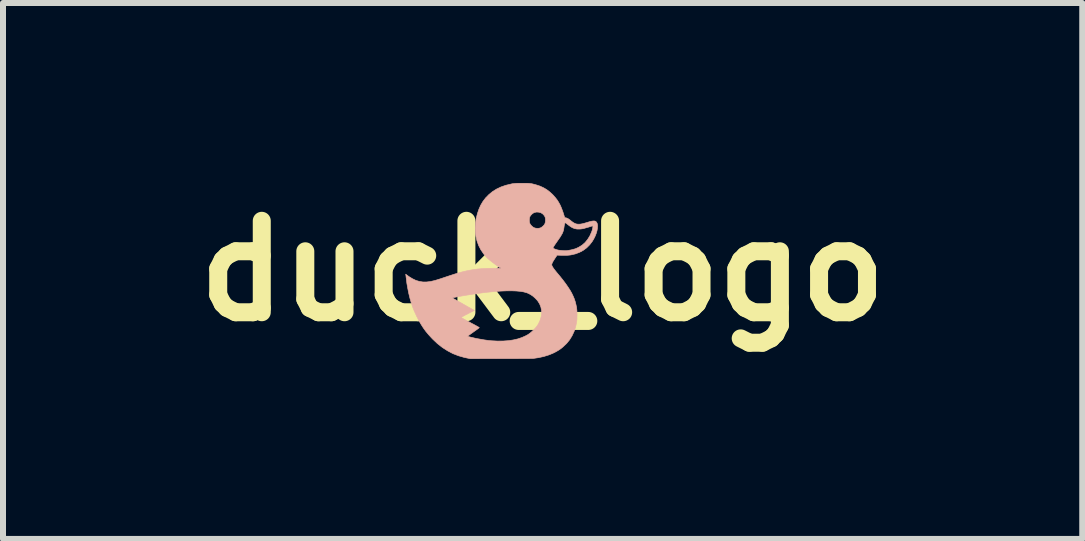
<source format=kicad_pcb>
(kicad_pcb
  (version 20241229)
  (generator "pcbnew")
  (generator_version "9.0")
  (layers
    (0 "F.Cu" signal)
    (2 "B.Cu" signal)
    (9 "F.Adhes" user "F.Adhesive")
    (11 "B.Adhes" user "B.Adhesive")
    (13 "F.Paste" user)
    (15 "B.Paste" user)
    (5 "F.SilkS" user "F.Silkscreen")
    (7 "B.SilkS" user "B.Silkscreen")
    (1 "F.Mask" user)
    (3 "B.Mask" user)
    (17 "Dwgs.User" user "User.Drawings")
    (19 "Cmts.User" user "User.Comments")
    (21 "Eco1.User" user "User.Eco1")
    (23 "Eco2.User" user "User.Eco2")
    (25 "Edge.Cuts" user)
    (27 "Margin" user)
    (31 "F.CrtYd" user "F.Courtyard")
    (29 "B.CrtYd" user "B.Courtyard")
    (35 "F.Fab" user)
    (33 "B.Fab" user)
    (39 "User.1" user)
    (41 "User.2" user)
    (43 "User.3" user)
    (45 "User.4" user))
  (footprint "duck_logo"
    (layer "F.Cu")
    (at 5.994 1.465)
    (property "Reference" "duck_logo" (at 0 0 0) (layer "F.SilkS") (effects (font (size 1.524 1.524) (thickness 0.3))))
    (attr through_hole)
    (fp_poly (pts (xy -0.34 -1.46) (xy -0.381 -1.46) (xy -0.414 -1.46) (xy -0.441 -1.459) (xy -0.463 -1.457) (xy -0.482 -1.455) (xy -0.501 -1.453) (xy -0.521 -1.449) (xy -0.523 -1.448) (xy -0.612 -1.427) (xy -0.693 -1.399) (xy -0.767 -1.364) (xy -0.834 -1.322) (xy -0.894 -1.273) (xy -0.949 -1.217) (xy -0.994 -1.158) (xy -1.031 -1.096) (xy -1.062 -1.027) (xy -1.087 -0.953) (xy -1.106 -0.875) (xy -1.117 -0.795) (xy -1.122 -0.714) (xy -1.119 -0.635) (xy -1.112 -0.579) (xy -1.094 -0.501) (xy -1.067 -0.425) (xy -1.03 -0.353) (xy -0.983 -0.284) (xy -0.942 -0.234) (xy -0.923 -0.215) (xy -0.897 -0.192) (xy -0.866 -0.167) (xy -0.832 -0.14) (xy -0.797 -0.114) (xy -0.763 -0.089) (xy -0.731 -0.068) (xy -0.704 -0.052) (xy -0.697 -0.047) (xy -0.696 -0.046) (xy -0.701 -0.045) (xy -0.716 -0.045) (xy -0.738 -0.045) (xy -0.766 -0.044) (xy -0.799 -0.044) (xy -0.836 -0.044) (xy -0.846 -0.043) (xy -0.931 -0.041) (xy -1.01 -0.037) (xy -1.085 -0.031) (xy -1.158 -0.021) (xy -1.231 -0.008) (xy -1.305 0.008) (xy -1.383 0.028) (xy -1.465 0.053) (xy -1.554 0.082) (xy -1.584 0.092) (xy -1.644 0.112) (xy -1.697 0.13) (xy -1.742 0.144) (xy -1.781 0.156) (xy -1.815 0.165) (xy -1.846 0.172) (xy -1.874 0.178) (xy -1.9 0.181) (xy -1.925 0.184) (xy -1.935 0.185) (xy -1.995 0.185) (xy -2.053 0.176) (xy -2.111 0.159) (xy -2.169 0.131) (xy -2.228 0.095) (xy -2.252 0.077) (xy -2.282 0.055) (xy -2.279 0.072) (xy -2.277 0.087) (xy -2.275 0.106) (xy -2.273 0.119) (xy -2.263 0.204) (xy -2.248 0.29) (xy -2.231 0.375) (xy -2.211 0.457) (xy -2.188 0.536) (xy -2.164 0.608) (xy -2.138 0.673) (xy -2.133 0.683) (xy -2.097 0.761) (xy -2.061 0.831) (xy -2.024 0.894) (xy -1.987 0.952) (xy -1.947 1.007) (xy -1.903 1.06) (xy -1.854 1.114) (xy -1.832 1.137) (xy -1.753 1.212) (xy -1.67 1.277) (xy -1.584 1.332) (xy -1.495 1.379) (xy -1.402 1.415) (xy -1.304 1.443) (xy -1.271 1.45) (xy -1.207 1.463) (xy -0.691 1.462) (xy -0.619 1.462) (xy -0.55 1.462) (xy -0.484 1.462) (xy -0.423 1.462) (xy -0.366 1.461) (xy -0.314 1.461) (xy -0.269 1.461) (xy -0.231 1.461) (xy -0.2 1.46) (xy -0.177 1.46) (xy -0.164 1.46) (xy -0.16 1.46) (xy -0.066 1.446) (xy 0.02 1.427) (xy 0.098 1.403) (xy 0.17 1.374) (xy 0.203 1.358) (xy 0.236 1.34) (xy 0.263 1.324) (xy 0.288 1.308) (xy 0.312 1.29) (xy 0.34 1.267) (xy 0.344 1.263) (xy 0.4 1.21) (xy 0.45 1.149) (xy 0.491 1.082) (xy 0.525 1.01) (xy 0.551 0.933) (xy 0.567 0.853) (xy 0.569 0.842) (xy 0.572 0.812) (xy 0.573 0.777) (xy 0.574 0.738) (xy 0.574 0.712) (xy -0.016 0.712) (xy -0.025 0.768) (xy -0.043 0.826) (xy -0.07 0.884) (xy -0.085 0.908) (xy -0.096 0.923) (xy -0.112 0.943) (xy -0.131 0.964) (xy -0.151 0.985) (xy -0.152 0.986) (xy -0.185 1.018) (xy -0.216 1.043) (xy -0.249 1.065) (xy -0.285 1.084) (xy -0.327 1.103) (xy -0.345 1.111) (xy -0.414 1.134) (xy -0.488 1.151) (xy -0.567 1.163) (xy -0.654 1.169) (xy -0.748 1.17) (xy -0.849 1.165) (xy -0.871 1.163) (xy -0.902 1.16) (xy -0.937 1.155) (xy -0.974 1.15) (xy -1.014 1.143) (xy -1.053 1.136) (xy -1.093 1.129) (xy -1.13 1.121) (xy -1.164 1.113) (xy -1.194 1.106) (xy -1.218 1.1) (xy -1.236 1.094) (xy -1.246 1.089) (xy -1.247 1.087) (xy -1.242 1.083) (xy -1.23 1.074) (xy -1.212 1.061) (xy -1.19 1.045) (xy -1.164 1.027) (xy -1.148 1.015) (xy -1.121 0.996) (xy -1.097 0.979) (xy -1.077 0.964) (xy -1.063 0.953) (xy -1.056 0.946) (xy -1.055 0.945) (xy -1.061 0.941) (xy -1.074 0.933) (xy -1.092 0.923) (xy -1.11 0.913) (xy -1.13 0.902) (xy -1.158 0.887) (xy -1.189 0.871) (xy -1.222 0.852) (xy -1.255 0.835) (xy -1.259 0.833) (xy -1.287 0.817) (xy -1.312 0.803) (xy -1.332 0.791) (xy -1.347 0.782) (xy -1.354 0.776) (xy -1.355 0.775) (xy -1.351 0.772) (xy -1.339 0.764) (xy -1.32 0.754) (xy -1.293 0.739) (xy -1.257 0.721) (xy -1.213 0.698) (xy -1.192 0.688) (xy -1.137 0.66) (xy -1.215 0.615) (xy -1.244 0.599) (xy -1.279 0.579) (xy -1.318 0.557) (xy -1.356 0.535) (xy -1.392 0.515) (xy -1.394 0.513) (xy -1.428 0.494) (xy -1.453 0.48) (xy -1.472 0.469) (xy -1.485 0.461) (xy -1.493 0.456) (xy -1.498 0.453) (xy -1.499 0.452) (xy -1.499 0.451) (xy -1.498 0.45) (xy -1.498 0.45) (xy -1.491 0.447) (xy -1.475 0.443) (xy -1.452 0.438) (xy -1.422 0.432) (xy -1.386 0.426) (xy -1.345 0.418) (xy -1.301 0.411) (xy -1.255 0.403) (xy -1.207 0.396) (xy -1.159 0.388) (xy -1.113 0.381) (xy -1.068 0.375) (xy -1.041 0.371) (xy -0.92 0.356) (xy -0.806 0.345) (xy -0.702 0.337) (xy -0.606 0.333) (xy -0.519 0.332) (xy -0.441 0.335) (xy -0.373 0.341) (xy -0.313 0.351) (xy -0.263 0.365) (xy -0.236 0.376) (xy -0.197 0.397) (xy -0.158 0.424) (xy -0.122 0.456) (xy -0.091 0.489) (xy -0.081 0.501) (xy -0.05 0.55) (xy -0.029 0.602) (xy -0.018 0.656) (xy -0.016 0.712) (xy 0.574 0.712) (xy 0.573 0.699) (xy 0.572 0.662) (xy 0.569 0.631) (xy 0.567 0.612) (xy 0.556 0.561) (xy 0.544 0.513) (xy 0.528 0.465) (xy 0.508 0.418) (xy 0.485 0.37) (xy 0.457 0.321) (xy 0.423 0.269) (xy 0.385 0.214) (xy 0.34 0.154) (xy 0.289 0.09) (xy 0.237 0.028) (xy 0.208 -0.008) (xy 0.185 -0.038) (xy 0.169 -0.062) (xy 0.158 -0.082) (xy 0.153 -0.097) (xy 0.152 -0.103) (xy 0.155 -0.117) (xy 0.162 -0.135) (xy 0.174 -0.158) (xy 0.193 -0.188) (xy 0.209 -0.213) (xy 0.242 -0.262) (xy 0.264 -0.261) (xy 0.322 -0.259) (xy 0.374 -0.259) (xy 0.42 -0.26) (xy 0.458 -0.264) (xy 0.472 -0.266) (xy 0.546 -0.283) (xy 0.615 -0.309) (xy 0.677 -0.342) (xy 0.734 -0.384) (xy 0.784 -0.434) (xy 0.826 -0.488) (xy 0.853 -0.533) (xy 0.876 -0.579) (xy 0.894 -0.625) (xy 0.907 -0.669) (xy 0.914 -0.711) (xy 0.916 -0.738) (xy 0.838 -0.738) (xy 0.837 -0.722) (xy 0.833 -0.701) (xy 0.827 -0.678) (xy 0.819 -0.654) (xy 0.817 -0.649) (xy 0.787 -0.582) (xy 0.75 -0.523) (xy 0.708 -0.472) (xy 0.659 -0.429) (xy 0.604 -0.395) (xy 0.564 -0.376) (xy 0.541 -0.367) (xy 0.51 -0.359) (xy 0.477 -0.35) (xy 0.444 -0.344) (xy 0.414 -0.339) (xy 0.411 -0.338) (xy 0.39 -0.337) (xy 0.361 -0.337) (xy 0.33 -0.339) (xy 0.298 -0.342) (xy 0.269 -0.345) (xy 0.247 -0.35) (xy 0.246 -0.35) (xy 0.217 -0.359) (xy 0.194 -0.368) (xy 0.179 -0.377) (xy 0.175 -0.384) (xy 0.176 -0.39) (xy 0.184 -0.403) (xy 0.195 -0.422) (xy 0.211 -0.446) (xy 0.225 -0.466) (xy 0.255 -0.509) (xy 0.28 -0.545) (xy 0.3 -0.575) (xy 0.315 -0.601) (xy 0.328 -0.623) (xy 0.337 -0.644) (xy 0.344 -0.664) (xy 0.35 -0.685) (xy 0.354 -0.708) (xy 0.358 -0.734) (xy 0.358 -0.736) (xy 0.362 -0.761) (xy 0.367 -0.781) (xy 0.371 -0.794) (xy 0.373 -0.797) (xy 0.378 -0.8) (xy 0.385 -0.799) (xy 0.394 -0.793) (xy 0.405 -0.784) (xy 0.442 -0.755) (xy 0.475 -0.732) (xy 0.505 -0.716) (xy 0.534 -0.705) (xy 0.563 -0.699) (xy 0.581 -0.697) (xy 0.607 -0.697) (xy 0.635 -0.698) (xy 0.658 -0.701) (xy 0.658 -0.701) (xy 0.674 -0.704) (xy 0.698 -0.71) (xy 0.725 -0.718) (xy 0.755 -0.726) (xy 0.784 -0.735) (xy 0.81 -0.743) (xy 0.829 -0.75) (xy 0.832 -0.751) (xy 0.837 -0.748) (xy 0.838 -0.738) (xy 0.916 -0.738) (xy 0.917 -0.749) (xy 0.913 -0.781) (xy 0.907 -0.797) (xy 0.898 -0.813) (xy 0.885 -0.825) (xy 0.869 -0.831) (xy 0.849 -0.832) (xy 0.822 -0.829) (xy 0.788 -0.821) (xy 0.754 -0.811) (xy 0.704 -0.796) (xy 0.662 -0.785) (xy 0.626 -0.779) (xy 0.595 -0.778) (xy 0.567 -0.781) (xy 0.542 -0.789) (xy 0.517 -0.802) (xy 0.491 -0.82) (xy 0.477 -0.831) (xy 0.459 -0.846) (xy 0.048 -0.846) (xy 0.046 -0.815) (xy 0.039 -0.788) (xy 0.025 -0.765) (xy 0.004 -0.743) (xy -0.017 -0.727) (xy -0.037 -0.716) (xy -0.064 -0.71) (xy -0.093 -0.709) (xy -0.122 -0.713) (xy -0.14 -0.719) (xy -0.16 -0.73) (xy -0.181 -0.748) (xy -0.199 -0.768) (xy -0.21 -0.785) (xy -0.218 -0.807) (xy -0.221 -0.835) (xy -0.221 -0.865) (xy -0.216 -0.892) (xy -0.21 -0.907) (xy -0.195 -0.928) (xy -0.176 -0.948) (xy -0.154 -0.964) (xy -0.133 -0.974) (xy -0.133 -0.974) (xy -0.098 -0.981) (xy -0.062 -0.978) (xy -0.029 -0.969) (xy -0.001 -0.952) (xy 0.014 -0.938) (xy 0.031 -0.917) (xy 0.041 -0.898) (xy 0.046 -0.878) (xy 0.048 -0.852) (xy 0.048 -0.846) (xy 0.459 -0.846) (xy 0.451 -0.852) (xy 0.43 -0.867) (xy 0.414 -0.876) (xy 0.399 -0.882) (xy 0.389 -0.884) (xy 0.376 -0.886) (xy 0.369 -0.891) (xy 0.364 -0.901) (xy 0.362 -0.909) (xy 0.34 -0.979) (xy 0.318 -1.039) (xy 0.295 -1.093) (xy 0.269 -1.141) (xy 0.241 -1.185) (xy 0.208 -1.227) (xy 0.171 -1.268) (xy 0.168 -1.271) (xy 0.119 -1.316) (xy 0.068 -1.355) (xy 0.015 -1.386) (xy -0.044 -1.413) (xy -0.108 -1.434) (xy -0.165 -1.449) (xy -0.182 -1.453) (xy -0.198 -1.455) (xy -0.215 -1.457) (xy -0.234 -1.459) (xy -0.257 -1.46) (xy -0.285 -1.46) (xy -0.322 -1.46) (xy -0.34 -1.46)) (stroke (width 0.01) (type solid)) (fill yes) (layer "B.SilkS")))
  (gr_rect
    (start -3 -3)
    (end 14.989 5.933)
    (stroke (width 0.1) (type default))
    (fill no)
    (layer "Edge.Cuts")))
</source>
